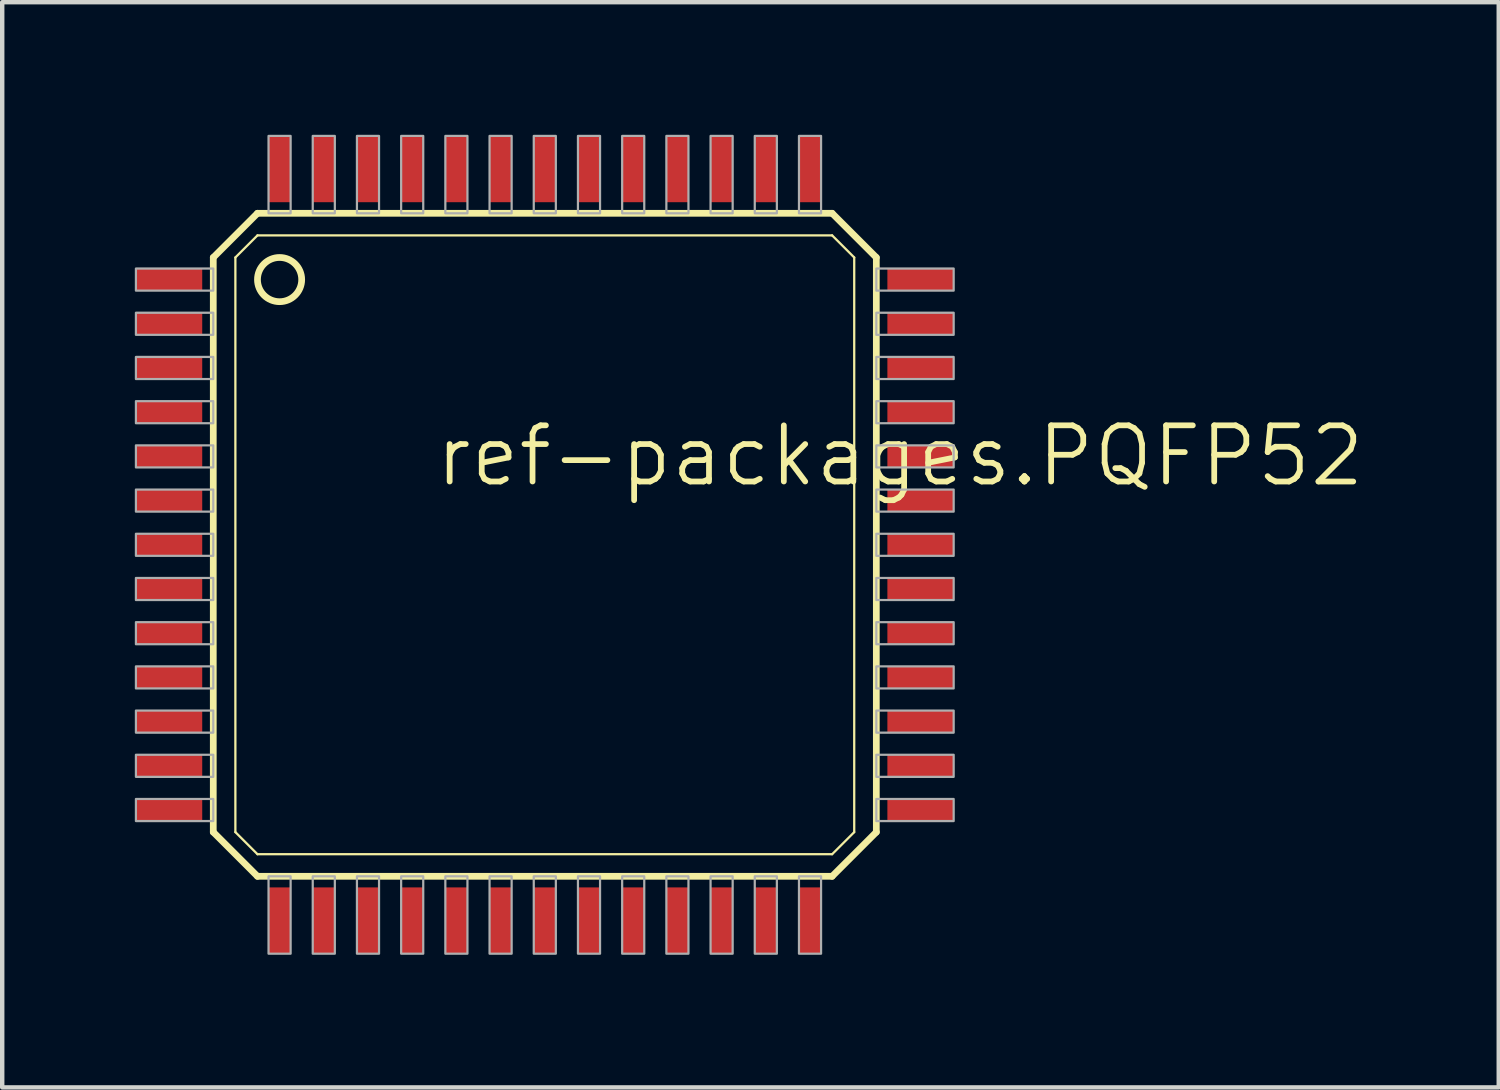
<source format=kicad_pcb>
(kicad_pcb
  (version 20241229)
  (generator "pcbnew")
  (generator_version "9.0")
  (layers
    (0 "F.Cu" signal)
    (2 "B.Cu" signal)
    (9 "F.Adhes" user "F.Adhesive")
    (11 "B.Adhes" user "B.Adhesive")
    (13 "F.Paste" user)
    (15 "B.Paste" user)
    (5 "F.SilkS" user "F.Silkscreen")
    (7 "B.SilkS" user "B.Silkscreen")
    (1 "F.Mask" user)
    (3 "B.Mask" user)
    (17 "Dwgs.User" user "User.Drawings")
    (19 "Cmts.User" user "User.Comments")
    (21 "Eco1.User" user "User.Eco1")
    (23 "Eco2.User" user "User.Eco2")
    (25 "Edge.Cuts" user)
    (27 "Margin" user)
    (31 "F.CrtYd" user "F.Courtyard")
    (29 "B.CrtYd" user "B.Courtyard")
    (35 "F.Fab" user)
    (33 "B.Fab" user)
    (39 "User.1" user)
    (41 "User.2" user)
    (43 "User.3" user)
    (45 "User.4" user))
  (footprint "ref-packages.PQFP52"
    (layer "F.Cu")
    (at 9.275 9.275)
    (property "Reference" "ref-packages.PQFP52" (at -2.54 -1.27 0) (layer "F.SilkS") (effects (font (size 1.27 1.27) (thickness 0.13)) (justify left bottom)))
    (attr smd)
    (fp_line (start -7.5 -6.5) (end -7.5 6.5) (stroke (width 0.152) (type default)) (layer "F.SilkS"))
    (fp_line (start -7.5 6.5) (end -6.5 7.5) (stroke (width 0.152) (type default)) (layer "F.SilkS"))
    (fp_line (start -7 -6.5) (end -7 6.5) (stroke (width 0.051) (type default)) (layer "F.SilkS"))
    (fp_line (start -7 6.5) (end -6.5 7) (stroke (width 0.051) (type default)) (layer "F.SilkS"))
    (fp_line (start -6.5 -7.5) (end -7.5 -6.5) (stroke (width 0.152) (type default)) (layer "F.SilkS"))
    (fp_line (start -6.5 -7) (end -7 -6.5) (stroke (width 0.051) (type default)) (layer "F.SilkS"))
    (fp_line (start -6.5 7) (end 6.5 7) (stroke (width 0.051) (type default)) (layer "F.SilkS"))
    (fp_line (start -6.5 7.5) (end 6.5 7.5) (stroke (width 0.152) (type default)) (layer "F.SilkS"))
    (fp_line (start 6.5 -7.5) (end -6.5 -7.5) (stroke (width 0.152) (type default)) (layer "F.SilkS"))
    (fp_line (start 6.5 -7) (end -6.5 -7) (stroke (width 0.051) (type default)) (layer "F.SilkS"))
    (fp_line (start 6.5 7) (end 7 6.5) (stroke (width 0.051) (type default)) (layer "F.SilkS"))
    (fp_line (start 6.5 7.5) (end 7.5 6.5) (stroke (width 0.152) (type default)) (layer "F.SilkS"))
    (fp_line (start 7 -6.5) (end 6.5 -7) (stroke (width 0.051) (type default)) (layer "F.SilkS"))
    (fp_line (start 7 6.5) (end 7 -6.5) (stroke (width 0.051) (type default)) (layer "F.SilkS"))
    (fp_line (start 7.5 -6.5) (end 6.5 -7.5) (stroke (width 0.152) (type default)) (layer "F.SilkS"))
    (fp_line (start 7.5 6.5) (end 7.5 -6.5) (stroke (width 0.152) (type default)) (layer "F.SilkS"))
    (fp_circle (center -6 -6) (end -5.5 -6) (stroke (width 0.152) (type default)) (fill no) (layer "F.SilkS"))
    (fp_rect (start -9.25 -5.75) (end -7.5 -6.25) (stroke (width 0.05) (type default)) (fill no) (layer "F.Fab"))
    (fp_rect (start -9.25 -4.75) (end -7.5 -5.25) (stroke (width 0.05) (type default)) (fill no) (layer "F.Fab"))
    (fp_rect (start -9.25 -3.75) (end -7.5 -4.25) (stroke (width 0.05) (type default)) (fill no) (layer "F.Fab"))
    (fp_rect (start -9.25 -2.75) (end -7.5 -3.25) (stroke (width 0.05) (type default)) (fill no) (layer "F.Fab"))
    (fp_rect (start -9.25 -1.75) (end -7.5 -2.25) (stroke (width 0.05) (type default)) (fill no) (layer "F.Fab"))
    (fp_rect (start -9.25 -0.75) (end -7.5 -1.25) (stroke (width 0.05) (type default)) (fill no) (layer "F.Fab"))
    (fp_rect (start -9.25 0.25) (end -7.5 -0.25) (stroke (width 0.05) (type default)) (fill no) (layer "F.Fab"))
    (fp_rect (start -9.25 1.25) (end -7.5 0.75) (stroke (width 0.05) (type default)) (fill no) (layer "F.Fab"))
    (fp_rect (start -9.25 2.25) (end -7.5 1.75) (stroke (width 0.05) (type default)) (fill no) (layer "F.Fab"))
    (fp_rect (start -9.25 3.25) (end -7.5 2.75) (stroke (width 0.05) (type default)) (fill no) (layer "F.Fab"))
    (fp_rect (start -9.25 4.25) (end -7.5 3.75) (stroke (width 0.05) (type default)) (fill no) (layer "F.Fab"))
    (fp_rect (start -9.25 5.25) (end -7.5 4.75) (stroke (width 0.05) (type default)) (fill no) (layer "F.Fab"))
    (fp_rect (start -9.25 6.25) (end -7.5 5.75) (stroke (width 0.05) (type default)) (fill no) (layer "F.Fab"))
    (fp_rect (start -6.25 -7.5) (end -5.75 -9.25) (stroke (width 0.05) (type default)) (fill no) (layer "F.Fab"))
    (fp_rect (start -6.25 9.25) (end -5.75 7.5) (stroke (width 0.05) (type default)) (fill no) (layer "F.Fab"))
    (fp_rect (start -5.25 -7.5) (end -4.75 -9.25) (stroke (width 0.05) (type default)) (fill no) (layer "F.Fab"))
    (fp_rect (start -5.25 9.25) (end -4.75 7.5) (stroke (width 0.05) (type default)) (fill no) (layer "F.Fab"))
    (fp_rect (start -4.25 -7.5) (end -3.75 -9.25) (stroke (width 0.05) (type default)) (fill no) (layer "F.Fab"))
    (fp_rect (start -4.25 9.25) (end -3.75 7.5) (stroke (width 0.05) (type default)) (fill no) (layer "F.Fab"))
    (fp_rect (start -3.25 -7.5) (end -2.75 -9.25) (stroke (width 0.05) (type default)) (fill no) (layer "F.Fab"))
    (fp_rect (start -3.25 9.25) (end -2.75 7.5) (stroke (width 0.05) (type default)) (fill no) (layer "F.Fab"))
    (fp_rect (start -2.25 -7.5) (end -1.75 -9.25) (stroke (width 0.05) (type default)) (fill no) (layer "F.Fab"))
    (fp_rect (start -2.25 9.25) (end -1.75 7.5) (stroke (width 0.05) (type default)) (fill no) (layer "F.Fab"))
    (fp_rect (start -1.25 -7.5) (end -0.75 -9.25) (stroke (width 0.05) (type default)) (fill no) (layer "F.Fab"))
    (fp_rect (start -1.25 9.25) (end -0.75 7.5) (stroke (width 0.05) (type default)) (fill no) (layer "F.Fab"))
    (fp_rect (start -0.25 -7.5) (end 0.25 -9.25) (stroke (width 0.05) (type default)) (fill no) (layer "F.Fab"))
    (fp_rect (start -0.25 9.25) (end 0.25 7.5) (stroke (width 0.05) (type default)) (fill no) (layer "F.Fab"))
    (fp_rect (start 0.75 -7.5) (end 1.25 -9.25) (stroke (width 0.05) (type default)) (fill no) (layer "F.Fab"))
    (fp_rect (start 0.75 9.25) (end 1.25 7.5) (stroke (width 0.05) (type default)) (fill no) (layer "F.Fab"))
    (fp_rect (start 1.75 -7.5) (end 2.25 -9.25) (stroke (width 0.05) (type default)) (fill no) (layer "F.Fab"))
    (fp_rect (start 1.75 9.25) (end 2.25 7.5) (stroke (width 0.05) (type default)) (fill no) (layer "F.Fab"))
    (fp_rect (start 2.75 -7.5) (end 3.25 -9.25) (stroke (width 0.05) (type default)) (fill no) (layer "F.Fab"))
    (fp_rect (start 2.75 9.25) (end 3.25 7.5) (stroke (width 0.05) (type default)) (fill no) (layer "F.Fab"))
    (fp_rect (start 3.75 -7.5) (end 4.25 -9.25) (stroke (width 0.05) (type default)) (fill no) (layer "F.Fab"))
    (fp_rect (start 3.75 9.25) (end 4.25 7.5) (stroke (width 0.05) (type default)) (fill no) (layer "F.Fab"))
    (fp_rect (start 4.75 -7.5) (end 5.25 -9.25) (stroke (width 0.05) (type default)) (fill no) (layer "F.Fab"))
    (fp_rect (start 4.75 9.25) (end 5.25 7.5) (stroke (width 0.05) (type default)) (fill no) (layer "F.Fab"))
    (fp_rect (start 5.75 -7.5) (end 6.25 -9.25) (stroke (width 0.05) (type default)) (fill no) (layer "F.Fab"))
    (fp_rect (start 5.75 9.25) (end 6.25 7.5) (stroke (width 0.05) (type default)) (fill no) (layer "F.Fab"))
    (fp_rect (start 7.5 -5.75) (end 9.25 -6.25) (stroke (width 0.05) (type default)) (fill no) (layer "F.Fab"))
    (fp_rect (start 7.5 -4.75) (end 9.25 -5.25) (stroke (width 0.05) (type default)) (fill no) (layer "F.Fab"))
    (fp_rect (start 7.5 -3.75) (end 9.25 -4.25) (stroke (width 0.05) (type default)) (fill no) (layer "F.Fab"))
    (fp_rect (start 7.5 -2.75) (end 9.25 -3.25) (stroke (width 0.05) (type default)) (fill no) (layer "F.Fab"))
    (fp_rect (start 7.5 -1.75) (end 9.25 -2.25) (stroke (width 0.05) (type default)) (fill no) (layer "F.Fab"))
    (fp_rect (start 7.5 -0.75) (end 9.25 -1.25) (stroke (width 0.05) (type default)) (fill no) (layer "F.Fab"))
    (fp_rect (start 7.5 0.25) (end 9.25 -0.25) (stroke (width 0.05) (type default)) (fill no) (layer "F.Fab"))
    (fp_rect (start 7.5 1.25) (end 9.25 0.75) (stroke (width 0.05) (type default)) (fill no) (layer "F.Fab"))
    (fp_rect (start 7.5 2.25) (end 9.25 1.75) (stroke (width 0.05) (type default)) (fill no) (layer "F.Fab"))
    (fp_rect (start 7.5 3.25) (end 9.25 2.75) (stroke (width 0.05) (type default)) (fill no) (layer "F.Fab"))
    (fp_rect (start 7.5 4.25) (end 9.25 3.75) (stroke (width 0.05) (type default)) (fill no) (layer "F.Fab"))
    (fp_rect (start 7.5 5.25) (end 9.25 4.75) (stroke (width 0.05) (type default)) (fill no) (layer "F.Fab"))
    (fp_rect (start 7.5 6.25) (end 9.25 5.75) (stroke (width 0.05) (type default)) (fill no) (layer "F.Fab"))
    (pad "1" smd roundrect (at -8.5 -6) (size 1.5 0.5) (layers "F.Cu" "F.Mask" "F.Paste") (roundrect_rratio 0.01))
    (pad "2" smd roundrect (at -8.5 -5) (size 1.5 0.5) (layers "F.Cu" "F.Mask" "F.Paste") (roundrect_rratio 0.01))
    (pad "3" smd roundrect (at -8.5 -4) (size 1.5 0.5) (layers "F.Cu" "F.Mask" "F.Paste") (roundrect_rratio 0.01))
    (pad "4" smd roundrect (at -8.5 -3) (size 1.5 0.5) (layers "F.Cu" "F.Mask" "F.Paste") (roundrect_rratio 0.01))
    (pad "5" smd roundrect (at -8.5 -2) (size 1.5 0.5) (layers "F.Cu" "F.Mask" "F.Paste") (roundrect_rratio 0.01))
    (pad "6" smd roundrect (at -8.5 -1) (size 1.5 0.5) (layers "F.Cu" "F.Mask" "F.Paste") (roundrect_rratio 0.01))
    (pad "7" smd roundrect (at -8.5 0) (size 1.5 0.5) (layers "F.Cu" "F.Mask" "F.Paste") (roundrect_rratio 0.01))
    (pad "8" smd roundrect (at -8.5 1) (size 1.5 0.5) (layers "F.Cu" "F.Mask" "F.Paste") (roundrect_rratio 0.01))
    (pad "9" smd roundrect (at -8.5 2) (size 1.5 0.5) (layers "F.Cu" "F.Mask" "F.Paste") (roundrect_rratio 0.01))
    (pad "10" smd roundrect (at -8.5 3) (size 1.5 0.5) (layers "F.Cu" "F.Mask" "F.Paste") (roundrect_rratio 0.01))
    (pad "11" smd roundrect (at -8.5 4) (size 1.5 0.5) (layers "F.Cu" "F.Mask" "F.Paste") (roundrect_rratio 0.01))
    (pad "12" smd roundrect (at -8.5 5) (size 1.5 0.5) (layers "F.Cu" "F.Mask" "F.Paste") (roundrect_rratio 0.01))
    (pad "13" smd roundrect (at -8.5 6) (size 1.5 0.5) (layers "F.Cu" "F.Mask" "F.Paste") (roundrect_rratio 0.01))
    (pad "14" smd roundrect (at -6 8.5) (size 0.5 1.5) (layers "F.Cu" "F.Mask" "F.Paste") (roundrect_rratio 0.01))
    (pad "15" smd roundrect (at -5 8.5) (size 0.5 1.5) (layers "F.Cu" "F.Mask" "F.Paste") (roundrect_rratio 0.01))
    (pad "16" smd roundrect (at -4 8.5) (size 0.5 1.5) (layers "F.Cu" "F.Mask" "F.Paste") (roundrect_rratio 0.01))
    (pad "17" smd roundrect (at -3 8.5) (size 0.5 1.5) (layers "F.Cu" "F.Mask" "F.Paste") (roundrect_rratio 0.01))
    (pad "18" smd roundrect (at -2 8.5) (size 0.5 1.5) (layers "F.Cu" "F.Mask" "F.Paste") (roundrect_rratio 0.01))
    (pad "19" smd roundrect (at -1 8.5) (size 0.5 1.5) (layers "F.Cu" "F.Mask" "F.Paste") (roundrect_rratio 0.01))
    (pad "20" smd roundrect (at 0 8.5) (size 0.5 1.5) (layers "F.Cu" "F.Mask" "F.Paste") (roundrect_rratio 0.01))
    (pad "21" smd roundrect (at 1 8.5) (size 0.5 1.5) (layers "F.Cu" "F.Mask" "F.Paste") (roundrect_rratio 0.01))
    (pad "22" smd roundrect (at 2 8.5) (size 0.5 1.5) (layers "F.Cu" "F.Mask" "F.Paste") (roundrect_rratio 0.01))
    (pad "23" smd roundrect (at 3 8.5) (size 0.5 1.5) (layers "F.Cu" "F.Mask" "F.Paste") (roundrect_rratio 0.01))
    (pad "24" smd roundrect (at 4 8.5) (size 0.5 1.5) (layers "F.Cu" "F.Mask" "F.Paste") (roundrect_rratio 0.01))
    (pad "25" smd roundrect (at 5 8.5) (size 0.5 1.5) (layers "F.Cu" "F.Mask" "F.Paste") (roundrect_rratio 0.01))
    (pad "26" smd roundrect (at 6 8.5) (size 0.5 1.5) (layers "F.Cu" "F.Mask" "F.Paste") (roundrect_rratio 0.01))
    (pad "27" smd roundrect (at 8.5 6) (size 1.5 0.5) (layers "F.Cu" "F.Mask" "F.Paste") (roundrect_rratio 0.01))
    (pad "28" smd roundrect (at 8.5 5) (size 1.5 0.5) (layers "F.Cu" "F.Mask" "F.Paste") (roundrect_rratio 0.01))
    (pad "29" smd roundrect (at 8.5 4) (size 1.5 0.5) (layers "F.Cu" "F.Mask" "F.Paste") (roundrect_rratio 0.01))
    (pad "30" smd roundrect (at 8.5 3) (size 1.5 0.5) (layers "F.Cu" "F.Mask" "F.Paste") (roundrect_rratio 0.01))
    (pad "31" smd roundrect (at 8.5 2) (size 1.5 0.5) (layers "F.Cu" "F.Mask" "F.Paste") (roundrect_rratio 0.01))
    (pad "32" smd roundrect (at 8.5 1) (size 1.5 0.5) (layers "F.Cu" "F.Mask" "F.Paste") (roundrect_rratio 0.01))
    (pad "33" smd roundrect (at 8.5 0) (size 1.5 0.5) (layers "F.Cu" "F.Mask" "F.Paste") (roundrect_rratio 0.01))
    (pad "34" smd roundrect (at 8.5 -1) (size 1.5 0.5) (layers "F.Cu" "F.Mask" "F.Paste") (roundrect_rratio 0.01))
    (pad "35" smd roundrect (at 8.5 -2) (size 1.5 0.5) (layers "F.Cu" "F.Mask" "F.Paste") (roundrect_rratio 0.01))
    (pad "36" smd roundrect (at 8.5 -3) (size 1.5 0.5) (layers "F.Cu" "F.Mask" "F.Paste") (roundrect_rratio 0.01))
    (pad "37" smd roundrect (at 8.5 -4) (size 1.5 0.5) (layers "F.Cu" "F.Mask" "F.Paste") (roundrect_rratio 0.01))
    (pad "38" smd roundrect (at 8.5 -5) (size 1.5 0.5) (layers "F.Cu" "F.Mask" "F.Paste") (roundrect_rratio 0.01))
    (pad "39" smd roundrect (at 8.5 -6) (size 1.5 0.5) (layers "F.Cu" "F.Mask" "F.Paste") (roundrect_rratio 0.01))
    (pad "40" smd roundrect (at 6 -8.5) (size 0.5 1.5) (layers "F.Cu" "F.Mask" "F.Paste") (roundrect_rratio 0.01))
    (pad "41" smd roundrect (at 5 -8.5) (size 0.5 1.5) (layers "F.Cu" "F.Mask" "F.Paste") (roundrect_rratio 0.01))
    (pad "42" smd roundrect (at 4 -8.5) (size 0.5 1.5) (layers "F.Cu" "F.Mask" "F.Paste") (roundrect_rratio 0.01))
    (pad "43" smd roundrect (at 3 -8.5) (size 0.5 1.5) (layers "F.Cu" "F.Mask" "F.Paste") (roundrect_rratio 0.01))
    (pad "44" smd roundrect (at 2 -8.5) (size 0.5 1.5) (layers "F.Cu" "F.Mask" "F.Paste") (roundrect_rratio 0.01))
    (pad "45" smd roundrect (at 1 -8.5) (size 0.5 1.5) (layers "F.Cu" "F.Mask" "F.Paste") (roundrect_rratio 0.01))
    (pad "46" smd roundrect (at 0 -8.5) (size 0.5 1.5) (layers "F.Cu" "F.Mask" "F.Paste") (roundrect_rratio 0.01))
    (pad "47" smd roundrect (at -1 -8.5) (size 0.5 1.5) (layers "F.Cu" "F.Mask" "F.Paste") (roundrect_rratio 0.01))
    (pad "48" smd roundrect (at -2 -8.5) (size 0.5 1.5) (layers "F.Cu" "F.Mask" "F.Paste") (roundrect_rratio 0.01))
    (pad "49" smd roundrect (at -3 -8.5) (size 0.5 1.5) (layers "F.Cu" "F.Mask" "F.Paste") (roundrect_rratio 0.01))
    (pad "50" smd roundrect (at -4 -8.5) (size 0.5 1.5) (layers "F.Cu" "F.Mask" "F.Paste") (roundrect_rratio 0.01))
    (pad "51" smd roundrect (at -5 -8.5) (size 0.5 1.5) (layers "F.Cu" "F.Mask" "F.Paste") (roundrect_rratio 0.01))
    (pad "52" smd roundrect (at -6 -8.5) (size 0.5 1.5) (layers "F.Cu" "F.Mask" "F.Paste") (roundrect_rratio 0.01)))
  (gr_rect
    (start -3 -3)
    (end 30.856 21.55)
    (stroke (width 0.1) (type default))
    (fill no)
    (layer "Edge.Cuts")))
</source>
